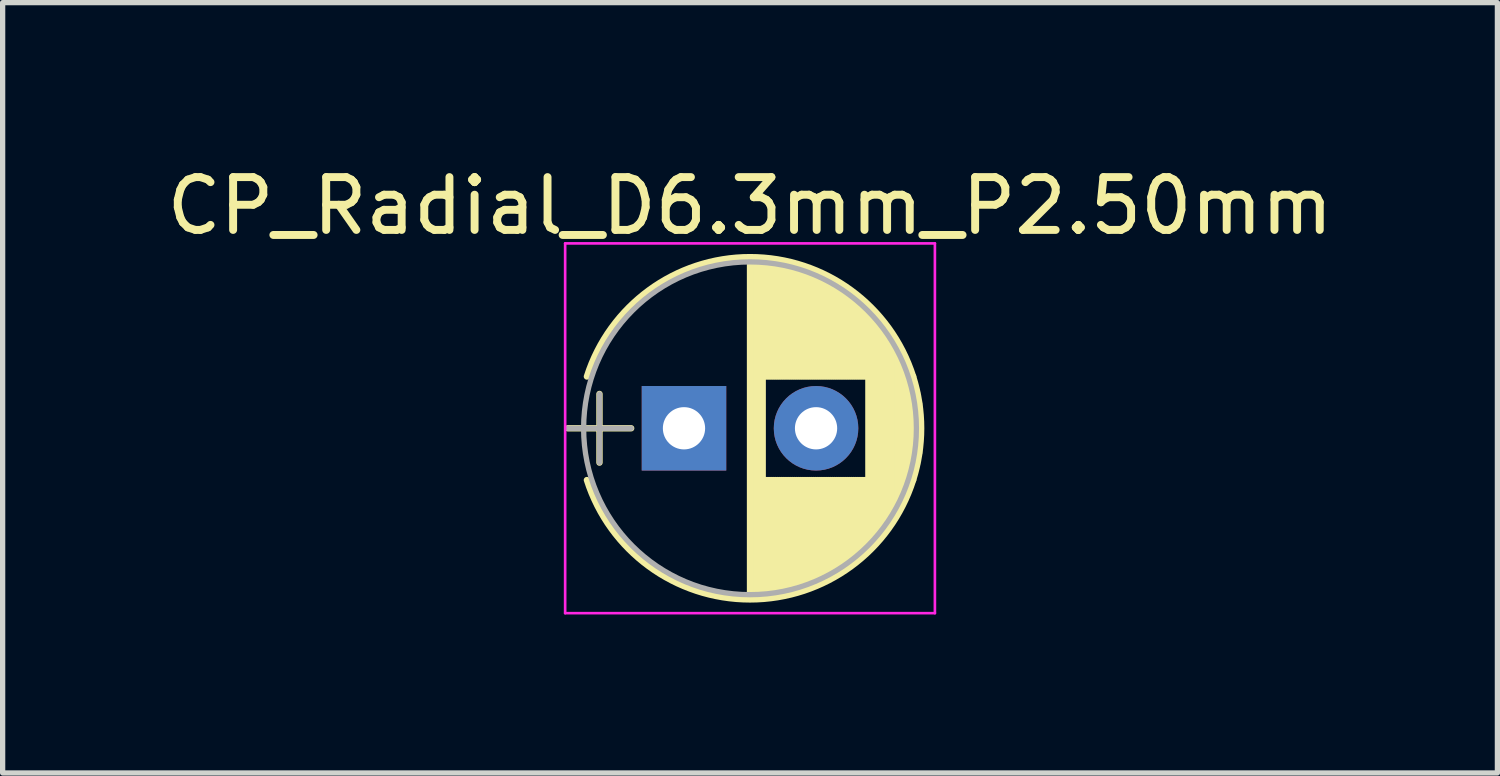
<source format=kicad_pcb>
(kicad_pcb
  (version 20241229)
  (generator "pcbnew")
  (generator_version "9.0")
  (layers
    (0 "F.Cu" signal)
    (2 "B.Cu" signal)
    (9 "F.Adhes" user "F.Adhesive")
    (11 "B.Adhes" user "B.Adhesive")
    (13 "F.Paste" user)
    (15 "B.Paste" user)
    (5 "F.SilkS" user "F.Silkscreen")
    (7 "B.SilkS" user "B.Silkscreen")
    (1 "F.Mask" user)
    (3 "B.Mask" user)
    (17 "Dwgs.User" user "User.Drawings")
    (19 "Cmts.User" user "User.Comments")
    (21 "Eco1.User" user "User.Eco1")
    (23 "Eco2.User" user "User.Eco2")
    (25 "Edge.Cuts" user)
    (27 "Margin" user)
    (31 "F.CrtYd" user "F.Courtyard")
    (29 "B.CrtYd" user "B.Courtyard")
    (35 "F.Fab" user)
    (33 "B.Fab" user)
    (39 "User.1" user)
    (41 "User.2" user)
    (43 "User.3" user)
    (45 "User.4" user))
  (footprint "CP_Radial_D6.3mm_P2.50mm"
    (layer "F.Cu")
    (at 9.899 5.058)
    (property "Reference" "CP_Radial_D6.3mm_P2.50mm" (at 1.25 -4.21 0) (layer "F.SilkS") (effects (font (size 1 1) (thickness 0.15))))
    (attr through_hole)
    (fp_line (start -2.2 0) (end -1 0) (stroke (width 0.12) (type solid)) (layer "F.SilkS"))
    (fp_line (start -1.6 -0.65) (end -1.6 0.65) (stroke (width 0.12) (type solid)) (layer "F.SilkS"))
    (fp_line (start 1.25 -3.2) (end 1.25 3.2) (stroke (width 0.12) (type solid)) (layer "F.SilkS"))
    (fp_line (start 1.29 -3.2) (end 1.29 3.2) (stroke (width 0.12) (type solid)) (layer "F.SilkS"))
    (fp_line (start 1.33 -3.2) (end 1.33 3.2) (stroke (width 0.12) (type solid)) (layer "F.SilkS"))
    (fp_line (start 1.37 -3.198) (end 1.37 3.198) (stroke (width 0.12) (type solid)) (layer "F.SilkS"))
    (fp_line (start 1.41 -3.197) (end 1.41 3.197) (stroke (width 0.12) (type solid)) (layer "F.SilkS"))
    (fp_line (start 1.45 -3.194) (end 1.45 3.194) (stroke (width 0.12) (type solid)) (layer "F.SilkS"))
    (fp_line (start 1.49 -3.192) (end 1.49 3.192) (stroke (width 0.12) (type solid)) (layer "F.SilkS"))
    (fp_line (start 1.53 -3.188) (end 1.53 -0.98) (stroke (width 0.12) (type solid)) (layer "F.SilkS"))
    (fp_line (start 1.53 0.98) (end 1.53 3.188) (stroke (width 0.12) (type solid)) (layer "F.SilkS"))
    (fp_line (start 1.57 -3.185) (end 1.57 -0.98) (stroke (width 0.12) (type solid)) (layer "F.SilkS"))
    (fp_line (start 1.57 0.98) (end 1.57 3.185) (stroke (width 0.12) (type solid)) (layer "F.SilkS"))
    (fp_line (start 1.61 -3.18) (end 1.61 -0.98) (stroke (width 0.12) (type solid)) (layer "F.SilkS"))
    (fp_line (start 1.61 0.98) (end 1.61 3.18) (stroke (width 0.12) (type solid)) (layer "F.SilkS"))
    (fp_line (start 1.65 -3.176) (end 1.65 -0.98) (stroke (width 0.12) (type solid)) (layer "F.SilkS"))
    (fp_line (start 1.65 0.98) (end 1.65 3.176) (stroke (width 0.12) (type solid)) (layer "F.SilkS"))
    (fp_line (start 1.69 -3.17) (end 1.69 -0.98) (stroke (width 0.12) (type solid)) (layer "F.SilkS"))
    (fp_line (start 1.69 0.98) (end 1.69 3.17) (stroke (width 0.12) (type solid)) (layer "F.SilkS"))
    (fp_line (start 1.73 -3.165) (end 1.73 -0.98) (stroke (width 0.12) (type solid)) (layer "F.SilkS"))
    (fp_line (start 1.73 0.98) (end 1.73 3.165) (stroke (width 0.12) (type solid)) (layer "F.SilkS"))
    (fp_line (start 1.77 -3.158) (end 1.77 -0.98) (stroke (width 0.12) (type solid)) (layer "F.SilkS"))
    (fp_line (start 1.77 0.98) (end 1.77 3.158) (stroke (width 0.12) (type solid)) (layer "F.SilkS"))
    (fp_line (start 1.81 -3.152) (end 1.81 -0.98) (stroke (width 0.12) (type solid)) (layer "F.SilkS"))
    (fp_line (start 1.81 0.98) (end 1.81 3.152) (stroke (width 0.12) (type solid)) (layer "F.SilkS"))
    (fp_line (start 1.85 -3.144) (end 1.85 -0.98) (stroke (width 0.12) (type solid)) (layer "F.SilkS"))
    (fp_line (start 1.85 0.98) (end 1.85 3.144) (stroke (width 0.12) (type solid)) (layer "F.SilkS"))
    (fp_line (start 1.89 -3.137) (end 1.89 -0.98) (stroke (width 0.12) (type solid)) (layer "F.SilkS"))
    (fp_line (start 1.89 0.98) (end 1.89 3.137) (stroke (width 0.12) (type solid)) (layer "F.SilkS"))
    (fp_line (start 1.93 -3.128) (end 1.93 -0.98) (stroke (width 0.12) (type solid)) (layer "F.SilkS"))
    (fp_line (start 1.93 0.98) (end 1.93 3.128) (stroke (width 0.12) (type solid)) (layer "F.SilkS"))
    (fp_line (start 1.971 -3.119) (end 1.971 -0.98) (stroke (width 0.12) (type solid)) (layer "F.SilkS"))
    (fp_line (start 1.971 0.98) (end 1.971 3.119) (stroke (width 0.12) (type solid)) (layer "F.SilkS"))
    (fp_line (start 2.011 -3.11) (end 2.011 -0.98) (stroke (width 0.12) (type solid)) (layer "F.SilkS"))
    (fp_line (start 2.011 0.98) (end 2.011 3.11) (stroke (width 0.12) (type solid)) (layer "F.SilkS"))
    (fp_line (start 2.051 -3.1) (end 2.051 -0.98) (stroke (width 0.12) (type solid)) (layer "F.SilkS"))
    (fp_line (start 2.051 0.98) (end 2.051 3.1) (stroke (width 0.12) (type solid)) (layer "F.SilkS"))
    (fp_line (start 2.091 -3.09) (end 2.091 -0.98) (stroke (width 0.12) (type solid)) (layer "F.SilkS"))
    (fp_line (start 2.091 0.98) (end 2.091 3.09) (stroke (width 0.12) (type solid)) (layer "F.SilkS"))
    (fp_line (start 2.131 -3.079) (end 2.131 -0.98) (stroke (width 0.12) (type solid)) (layer "F.SilkS"))
    (fp_line (start 2.131 0.98) (end 2.131 3.079) (stroke (width 0.12) (type solid)) (layer "F.SilkS"))
    (fp_line (start 2.171 -3.067) (end 2.171 -0.98) (stroke (width 0.12) (type solid)) (layer "F.SilkS"))
    (fp_line (start 2.171 0.98) (end 2.171 3.067) (stroke (width 0.12) (type solid)) (layer "F.SilkS"))
    (fp_line (start 2.211 -3.055) (end 2.211 -0.98) (stroke (width 0.12) (type solid)) (layer "F.SilkS"))
    (fp_line (start 2.211 0.98) (end 2.211 3.055) (stroke (width 0.12) (type solid)) (layer "F.SilkS"))
    (fp_line (start 2.251 -3.042) (end 2.251 -0.98) (stroke (width 0.12) (type solid)) (layer "F.SilkS"))
    (fp_line (start 2.251 0.98) (end 2.251 3.042) (stroke (width 0.12) (type solid)) (layer "F.SilkS"))
    (fp_line (start 2.291 -3.029) (end 2.291 -0.98) (stroke (width 0.12) (type solid)) (layer "F.SilkS"))
    (fp_line (start 2.291 0.98) (end 2.291 3.029) (stroke (width 0.12) (type solid)) (layer "F.SilkS"))
    (fp_line (start 2.331 -3.015) (end 2.331 -0.98) (stroke (width 0.12) (type solid)) (layer "F.SilkS"))
    (fp_line (start 2.331 0.98) (end 2.331 3.015) (stroke (width 0.12) (type solid)) (layer "F.SilkS"))
    (fp_line (start 2.371 -3.001) (end 2.371 -0.98) (stroke (width 0.12) (type solid)) (layer "F.SilkS"))
    (fp_line (start 2.371 0.98) (end 2.371 3.001) (stroke (width 0.12) (type solid)) (layer "F.SilkS"))
    (fp_line (start 2.411 -2.986) (end 2.411 -0.98) (stroke (width 0.12) (type solid)) (layer "F.SilkS"))
    (fp_line (start 2.411 0.98) (end 2.411 2.986) (stroke (width 0.12) (type solid)) (layer "F.SilkS"))
    (fp_line (start 2.451 -2.97) (end 2.451 -0.98) (stroke (width 0.12) (type solid)) (layer "F.SilkS"))
    (fp_line (start 2.451 0.98) (end 2.451 2.97) (stroke (width 0.12) (type solid)) (layer "F.SilkS"))
    (fp_line (start 2.491 -2.954) (end 2.491 -0.98) (stroke (width 0.12) (type solid)) (layer "F.SilkS"))
    (fp_line (start 2.491 0.98) (end 2.491 2.954) (stroke (width 0.12) (type solid)) (layer "F.SilkS"))
    (fp_line (start 2.531 -2.937) (end 2.531 -0.98) (stroke (width 0.12) (type solid)) (layer "F.SilkS"))
    (fp_line (start 2.531 0.98) (end 2.531 2.937) (stroke (width 0.12) (type solid)) (layer "F.SilkS"))
    (fp_line (start 2.571 -2.919) (end 2.571 -0.98) (stroke (width 0.12) (type solid)) (layer "F.SilkS"))
    (fp_line (start 2.571 0.98) (end 2.571 2.919) (stroke (width 0.12) (type solid)) (layer "F.SilkS"))
    (fp_line (start 2.611 -2.901) (end 2.611 -0.98) (stroke (width 0.12) (type solid)) (layer "F.SilkS"))
    (fp_line (start 2.611 0.98) (end 2.611 2.901) (stroke (width 0.12) (type solid)) (layer "F.SilkS"))
    (fp_line (start 2.651 -2.882) (end 2.651 -0.98) (stroke (width 0.12) (type solid)) (layer "F.SilkS"))
    (fp_line (start 2.651 0.98) (end 2.651 2.882) (stroke (width 0.12) (type solid)) (layer "F.SilkS"))
    (fp_line (start 2.691 -2.863) (end 2.691 -0.98) (stroke (width 0.12) (type solid)) (layer "F.SilkS"))
    (fp_line (start 2.691 0.98) (end 2.691 2.863) (stroke (width 0.12) (type solid)) (layer "F.SilkS"))
    (fp_line (start 2.731 -2.843) (end 2.731 -0.98) (stroke (width 0.12) (type solid)) (layer "F.SilkS"))
    (fp_line (start 2.731 0.98) (end 2.731 2.843) (stroke (width 0.12) (type solid)) (layer "F.SilkS"))
    (fp_line (start 2.771 -2.822) (end 2.771 -0.98) (stroke (width 0.12) (type solid)) (layer "F.SilkS"))
    (fp_line (start 2.771 0.98) (end 2.771 2.822) (stroke (width 0.12) (type solid)) (layer "F.SilkS"))
    (fp_line (start 2.811 -2.8) (end 2.811 -0.98) (stroke (width 0.12) (type solid)) (layer "F.SilkS"))
    (fp_line (start 2.811 0.98) (end 2.811 2.8) (stroke (width 0.12) (type solid)) (layer "F.SilkS"))
    (fp_line (start 2.851 -2.778) (end 2.851 -0.98) (stroke (width 0.12) (type solid)) (layer "F.SilkS"))
    (fp_line (start 2.851 0.98) (end 2.851 2.778) (stroke (width 0.12) (type solid)) (layer "F.SilkS"))
    (fp_line (start 2.891 -2.755) (end 2.891 -0.98) (stroke (width 0.12) (type solid)) (layer "F.SilkS"))
    (fp_line (start 2.891 0.98) (end 2.891 2.755) (stroke (width 0.12) (type solid)) (layer "F.SilkS"))
    (fp_line (start 2.931 -2.731) (end 2.931 -0.98) (stroke (width 0.12) (type solid)) (layer "F.SilkS"))
    (fp_line (start 2.931 0.98) (end 2.931 2.731) (stroke (width 0.12) (type solid)) (layer "F.SilkS"))
    (fp_line (start 2.971 -2.706) (end 2.971 -0.98) (stroke (width 0.12) (type solid)) (layer "F.SilkS"))
    (fp_line (start 2.971 0.98) (end 2.971 2.706) (stroke (width 0.12) (type solid)) (layer "F.SilkS"))
    (fp_line (start 3.011 -2.681) (end 3.011 -0.98) (stroke (width 0.12) (type solid)) (layer "F.SilkS"))
    (fp_line (start 3.011 0.98) (end 3.011 2.681) (stroke (width 0.12) (type solid)) (layer "F.SilkS"))
    (fp_line (start 3.051 -2.654) (end 3.051 -0.98) (stroke (width 0.12) (type solid)) (layer "F.SilkS"))
    (fp_line (start 3.051 0.98) (end 3.051 2.654) (stroke (width 0.12) (type solid)) (layer "F.SilkS"))
    (fp_line (start 3.091 -2.627) (end 3.091 -0.98) (stroke (width 0.12) (type solid)) (layer "F.SilkS"))
    (fp_line (start 3.091 0.98) (end 3.091 2.627) (stroke (width 0.12) (type solid)) (layer "F.SilkS"))
    (fp_line (start 3.131 -2.599) (end 3.131 -0.98) (stroke (width 0.12) (type solid)) (layer "F.SilkS"))
    (fp_line (start 3.131 0.98) (end 3.131 2.599) (stroke (width 0.12) (type solid)) (layer "F.SilkS"))
    (fp_line (start 3.171 -2.57) (end 3.171 -0.98) (stroke (width 0.12) (type solid)) (layer "F.SilkS"))
    (fp_line (start 3.171 0.98) (end 3.171 2.57) (stroke (width 0.12) (type solid)) (layer "F.SilkS"))
    (fp_line (start 3.211 -2.54) (end 3.211 -0.98) (stroke (width 0.12) (type solid)) (layer "F.SilkS"))
    (fp_line (start 3.211 0.98) (end 3.211 2.54) (stroke (width 0.12) (type solid)) (layer "F.SilkS"))
    (fp_line (start 3.251 -2.51) (end 3.251 -0.98) (stroke (width 0.12) (type solid)) (layer "F.SilkS"))
    (fp_line (start 3.251 0.98) (end 3.251 2.51) (stroke (width 0.12) (type solid)) (layer "F.SilkS"))
    (fp_line (start 3.291 -2.478) (end 3.291 -0.98) (stroke (width 0.12) (type solid)) (layer "F.SilkS"))
    (fp_line (start 3.291 0.98) (end 3.291 2.478) (stroke (width 0.12) (type solid)) (layer "F.SilkS"))
    (fp_line (start 3.331 -2.445) (end 3.331 -0.98) (stroke (width 0.12) (type solid)) (layer "F.SilkS"))
    (fp_line (start 3.331 0.98) (end 3.331 2.445) (stroke (width 0.12) (type solid)) (layer "F.SilkS"))
    (fp_line (start 3.371 -2.411) (end 3.371 -0.98) (stroke (width 0.12) (type solid)) (layer "F.SilkS"))
    (fp_line (start 3.371 0.98) (end 3.371 2.411) (stroke (width 0.12) (type solid)) (layer "F.SilkS"))
    (fp_line (start 3.411 -2.375) (end 3.411 -0.98) (stroke (width 0.12) (type solid)) (layer "F.SilkS"))
    (fp_line (start 3.411 0.98) (end 3.411 2.375) (stroke (width 0.12) (type solid)) (layer "F.SilkS"))
    (fp_line (start 3.451 -2.339) (end 3.451 -0.98) (stroke (width 0.12) (type solid)) (layer "F.SilkS"))
    (fp_line (start 3.451 0.98) (end 3.451 2.339) (stroke (width 0.12) (type solid)) (layer "F.SilkS"))
    (fp_line (start 3.491 -2.301) (end 3.491 2.301) (stroke (width 0.12) (type solid)) (layer "F.SilkS"))
    (fp_line (start 3.531 -2.262) (end 3.531 2.262) (stroke (width 0.12) (type solid)) (layer "F.SilkS"))
    (fp_line (start 3.571 -2.222) (end 3.571 2.222) (stroke (width 0.12) (type solid)) (layer "F.SilkS"))
    (fp_line (start 3.611 -2.18) (end 3.611 2.18) (stroke (width 0.12) (type solid)) (layer "F.SilkS"))
    (fp_line (start 3.651 -2.137) (end 3.651 2.137) (stroke (width 0.12) (type solid)) (layer "F.SilkS"))
    (fp_line (start 3.691 -2.092) (end 3.691 2.092) (stroke (width 0.12) (type solid)) (layer "F.SilkS"))
    (fp_line (start 3.731 -2.045) (end 3.731 2.045) (stroke (width 0.12) (type solid)) (layer "F.SilkS"))
    (fp_line (start 3.771 -1.997) (end 3.771 1.997) (stroke (width 0.12) (type solid)) (layer "F.SilkS"))
    (fp_line (start 3.811 -1.946) (end 3.811 1.946) (stroke (width 0.12) (type solid)) (layer "F.SilkS"))
    (fp_line (start 3.851 -1.894) (end 3.851 1.894) (stroke (width 0.12) (type solid)) (layer "F.SilkS"))
    (fp_line (start 3.891 -1.839) (end 3.891 1.839) (stroke (width 0.12) (type solid)) (layer "F.SilkS"))
    (fp_line (start 3.931 -1.781) (end 3.931 1.781) (stroke (width 0.12) (type solid)) (layer "F.SilkS"))
    (fp_line (start 3.971 -1.721) (end 3.971 1.721) (stroke (width 0.12) (type solid)) (layer "F.SilkS"))
    (fp_line (start 4.011 -1.658) (end 4.011 1.658) (stroke (width 0.12) (type solid)) (layer "F.SilkS"))
    (fp_line (start 4.051 -1.591) (end 4.051 1.591) (stroke (width 0.12) (type solid)) (layer "F.SilkS"))
    (fp_line (start 4.091 -1.52) (end 4.091 1.52) (stroke (width 0.12) (type solid)) (layer "F.SilkS"))
    (fp_line (start 4.131 -1.445) (end 4.131 1.445) (stroke (width 0.12) (type solid)) (layer "F.SilkS"))
    (fp_line (start 4.171 -1.364) (end 4.171 1.364) (stroke (width 0.12) (type solid)) (layer "F.SilkS"))
    (fp_line (start 4.211 -1.278) (end 4.211 1.278) (stroke (width 0.12) (type solid)) (layer "F.SilkS"))
    (fp_line (start 4.251 -1.184) (end 4.251 1.184) (stroke (width 0.12) (type solid)) (layer "F.SilkS"))
    (fp_line (start 4.291 -1.081) (end 4.291 1.081) (stroke (width 0.12) (type solid)) (layer "F.SilkS"))
    (fp_line (start 4.331 -0.966) (end 4.331 0.966) (stroke (width 0.12) (type solid)) (layer "F.SilkS"))
    (fp_line (start 4.371 -0.834) (end 4.371 0.834) (stroke (width 0.12) (type solid)) (layer "F.SilkS"))
    (fp_line (start 4.411 -0.676) (end 4.411 0.676) (stroke (width 0.12) (type solid)) (layer "F.SilkS"))
    (fp_line (start 4.451 -0.468) (end 4.451 0.468) (stroke (width 0.12) (type solid)) (layer "F.SilkS"))
    (fp_arc (start -1.838236 -0.98) (mid 1.250337 -3.24) (end 4.33844 -0.979357) (stroke (width 0.12) (type solid)) (layer "F.SilkS"))
    (fp_arc (start 4.338236 -0.98) (mid 4.49 -0.000337) (end 4.33844 0.979357) (stroke (width 0.12) (type solid)) (layer "F.SilkS"))
    (fp_arc (start 4.33844 0.979357) (mid 1.250337 3.24) (end -1.838236 0.98) (stroke (width 0.12) (type solid)) (layer "F.SilkS"))
    (fp_line (start -2.25 -3.5) (end -2.25 3.5) (stroke (width 0.05) (type solid)) (layer "F.CrtYd"))
    (fp_line (start -2.25 3.5) (end 4.75 3.5) (stroke (width 0.05) (type solid)) (layer "F.CrtYd"))
    (fp_line (start 4.75 -3.5) (end -2.25 -3.5) (stroke (width 0.05) (type solid)) (layer "F.CrtYd"))
    (fp_line (start 4.75 3.5) (end 4.75 -3.5) (stroke (width 0.05) (type solid)) (layer "F.CrtYd"))
    (fp_line (start -2.2 0) (end -1 0) (stroke (width 0.1) (type solid)) (layer "F.Fab"))
    (fp_line (start -1.6 -0.65) (end -1.6 0.65) (stroke (width 0.1) (type solid)) (layer "F.Fab"))
    (fp_circle (center 1.25 0) (end 4.4 0) (stroke (width 0.1) (type solid)) (fill no) (layer "F.Fab"))
    (pad "1" thru_hole rect (at 0 0) (size 1.6 1.6) (drill 0.8) (layers "*.Cu" "*.Mask"))
    (pad "2" thru_hole circle (at 2.5 0) (size 1.6 1.6) (drill 0.8) (layers "*.Cu" "*.Mask")))
  (gr_rect
    (start -3 -3)
    (end 25.298 11.583)
    (stroke (width 0.1) (type default))
    (fill no)
    (layer "Edge.Cuts")))
</source>
